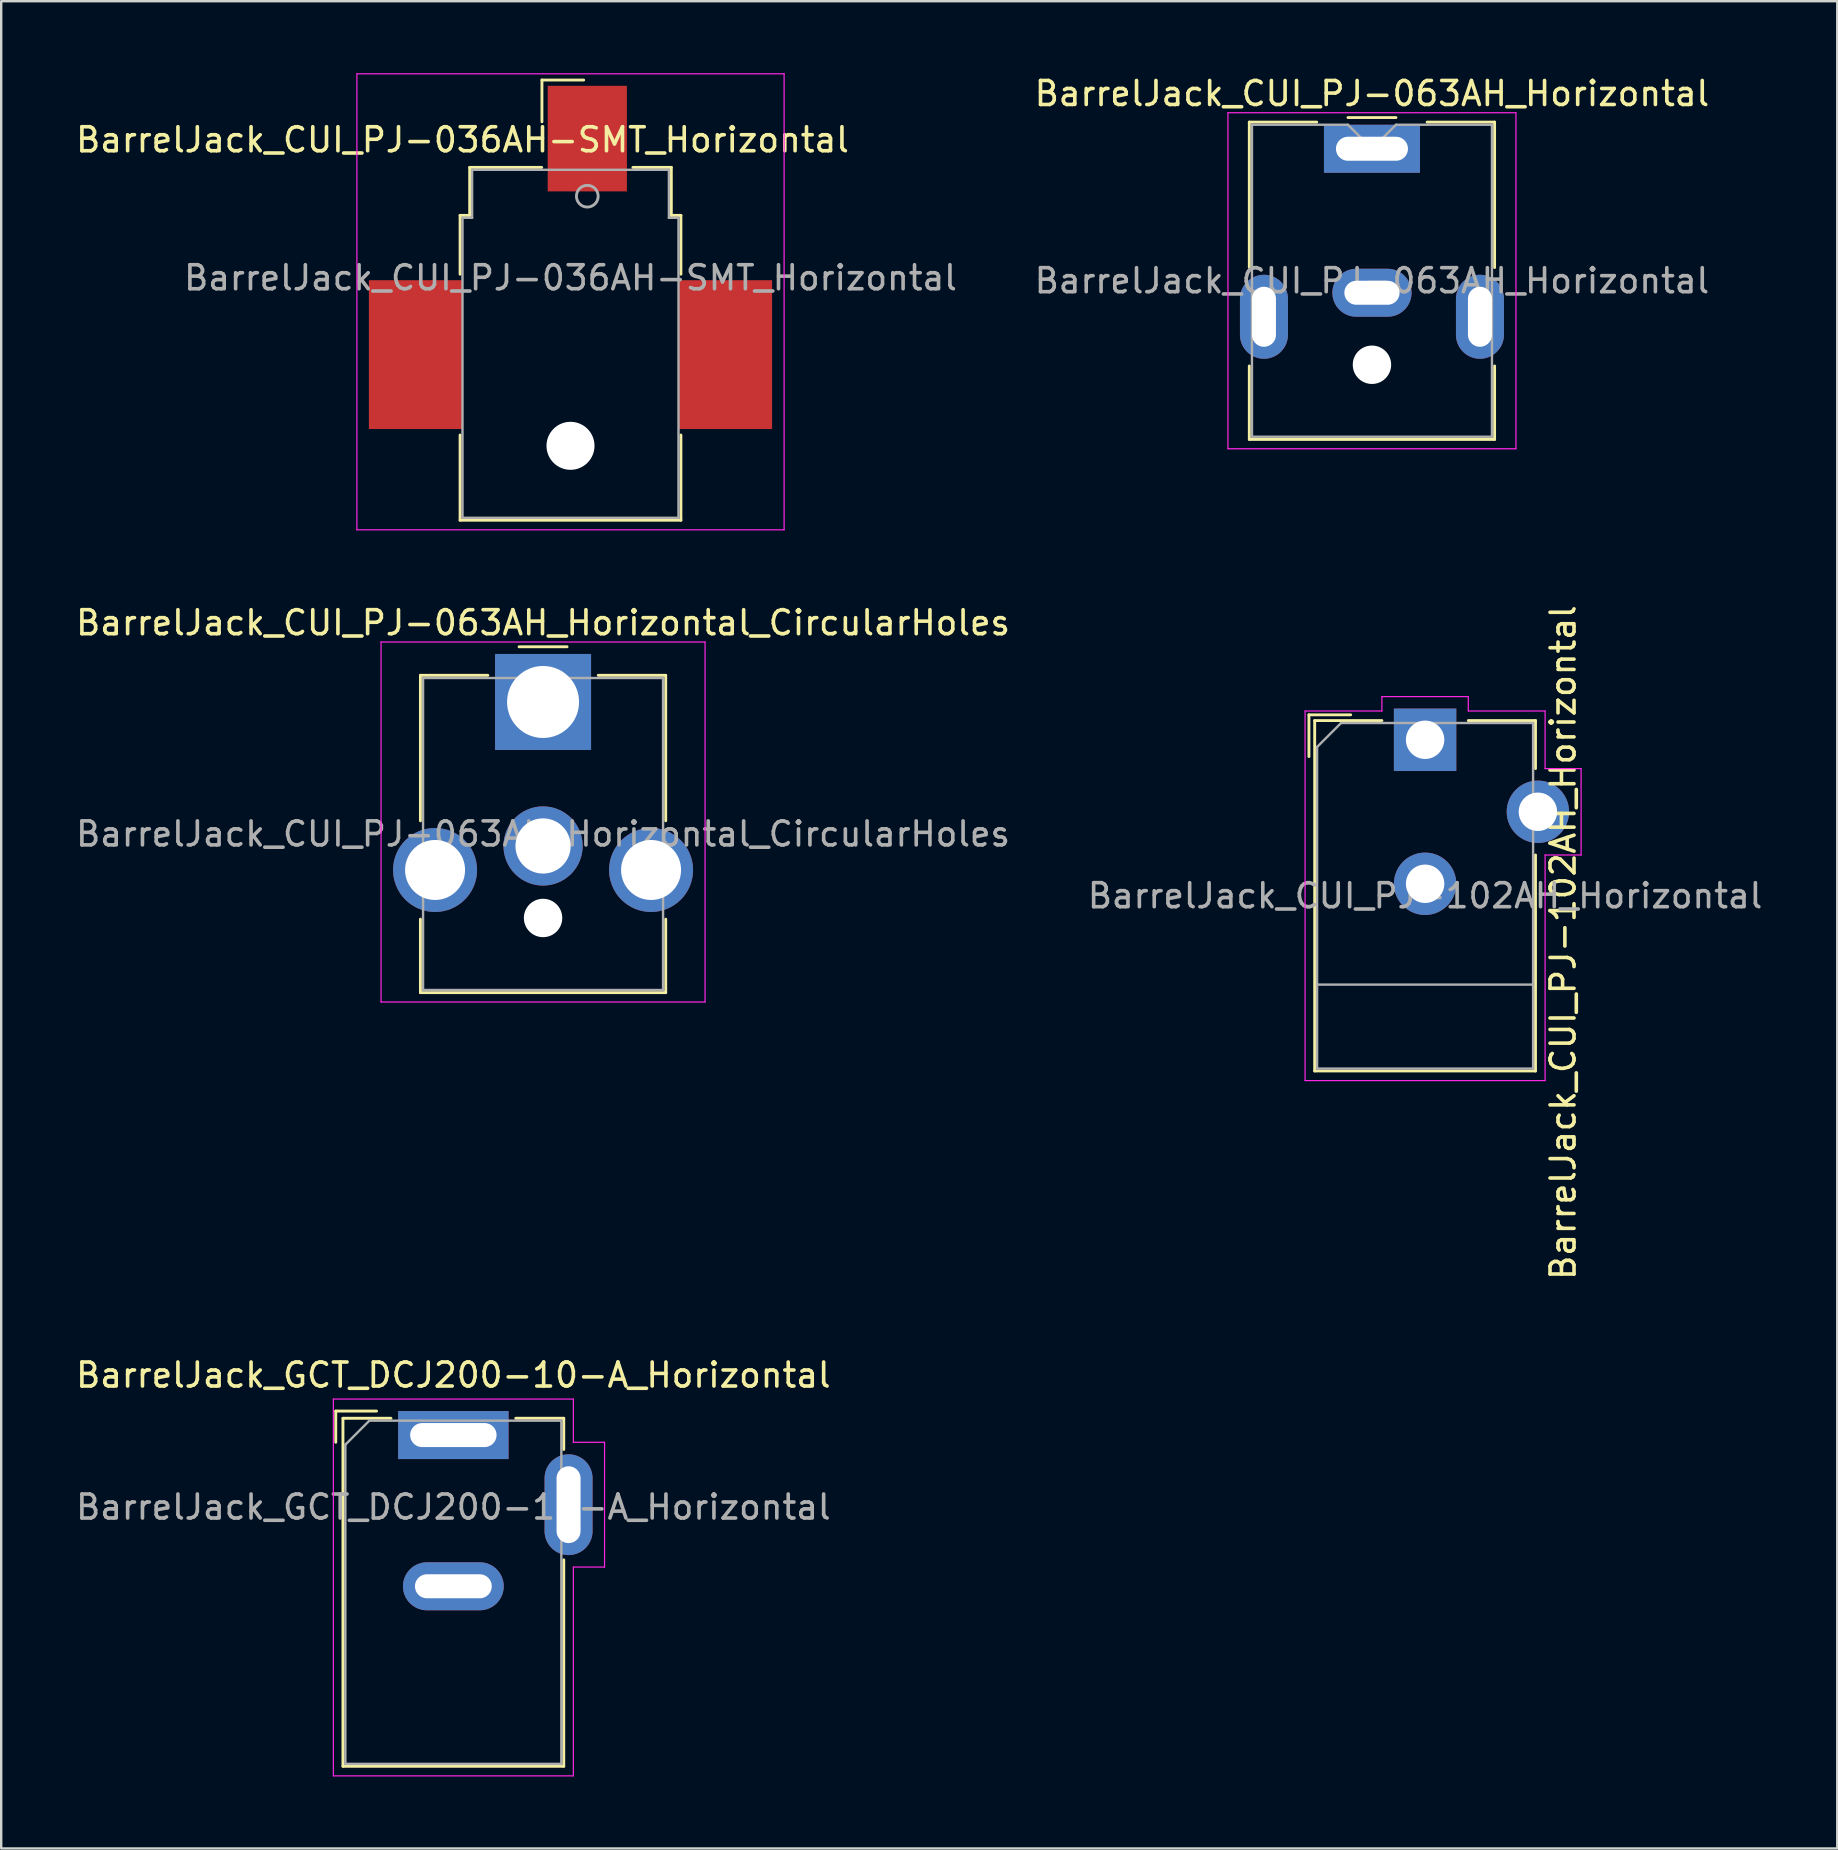
<source format=kicad_pcb>
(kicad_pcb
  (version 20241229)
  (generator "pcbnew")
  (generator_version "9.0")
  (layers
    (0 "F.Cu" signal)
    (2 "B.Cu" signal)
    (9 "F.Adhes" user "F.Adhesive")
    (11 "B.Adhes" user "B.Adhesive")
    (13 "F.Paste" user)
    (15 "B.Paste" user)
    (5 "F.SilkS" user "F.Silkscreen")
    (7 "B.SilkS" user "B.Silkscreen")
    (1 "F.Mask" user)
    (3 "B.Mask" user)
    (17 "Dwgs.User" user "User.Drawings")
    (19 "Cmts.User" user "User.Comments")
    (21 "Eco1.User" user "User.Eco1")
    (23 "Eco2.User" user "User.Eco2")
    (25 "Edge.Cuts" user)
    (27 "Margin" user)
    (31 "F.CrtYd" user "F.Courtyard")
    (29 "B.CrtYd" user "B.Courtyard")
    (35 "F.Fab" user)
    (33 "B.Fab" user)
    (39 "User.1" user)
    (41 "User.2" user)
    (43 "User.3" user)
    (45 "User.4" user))
  (footprint "BarrelJack_GCT_DCJ200-10-A_Horizontal"
    (layer "F.Cu")
    (at 15.839 56.743)
    (property "Reference" "BarrelJack_GCT_DCJ200-10-A_Horizontal" (at 0 -2.5 0) (layer "F.SilkS") (effects (font (size 1 1) (thickness 0.15))))
    (attr through_hole)
    (fp_line (start -4.9 -1) (end -4.9 0.3) (stroke (width 0.12) (type solid)) (layer "F.SilkS"))
    (fp_line (start -4.6 -0.7) (end -2.6 -0.7) (stroke (width 0.12) (type solid)) (layer "F.SilkS"))
    (fp_line (start -4.6 13.8) (end -4.6 -0.7) (stroke (width 0.12) (type solid)) (layer "F.SilkS"))
    (fp_line (start -3.2 -1) (end -4.9 -1) (stroke (width 0.12) (type solid)) (layer "F.SilkS"))
    (fp_line (start 2.6 -0.7) (end 4.6 -0.7) (stroke (width 0.12) (type solid)) (layer "F.SilkS"))
    (fp_line (start 4.6 -0.7) (end 4.6 0.6) (stroke (width 0.12) (type solid)) (layer "F.SilkS"))
    (fp_line (start 4.6 5.2) (end 4.6 13.8) (stroke (width 0.12) (type solid)) (layer "F.SilkS"))
    (fp_line (start 4.6 13.8) (end -4.6 13.8) (stroke (width 0.12) (type solid)) (layer "F.SilkS"))
    (fp_line (start -5 -1.5) (end -5 14.2) (stroke (width 0.05) (type solid)) (layer "F.CrtYd"))
    (fp_line (start -5 14.2) (end 5 14.2) (stroke (width 0.05) (type solid)) (layer "F.CrtYd"))
    (fp_line (start 5 -1.5) (end -5 -1.5) (stroke (width 0.05) (type solid)) (layer "F.CrtYd"))
    (fp_line (start 5 0.3) (end 5 -1.5) (stroke (width 0.05) (type solid)) (layer "F.CrtYd"))
    (fp_line (start 5 14.2) (end 5 5.5) (stroke (width 0.05) (type solid)) (layer "F.CrtYd"))
    (fp_line (start 6.3 0.3) (end 5 0.3) (stroke (width 0.05) (type solid)) (layer "F.CrtYd"))
    (fp_line (start 6.3 0.3) (end 6.3 5.5) (stroke (width 0.05) (type solid)) (layer "F.CrtYd"))
    (fp_line (start 6.3 5.5) (end 5 5.5) (stroke (width 0.05) (type solid)) (layer "F.CrtYd"))
    (fp_line (start -4.5 0.4) (end -3.5 -0.6) (stroke (width 0.1) (type solid)) (layer "F.Fab"))
    (fp_line (start -4.5 13.7) (end -4.5 0.4) (stroke (width 0.1) (type solid)) (layer "F.Fab"))
    (fp_line (start 4.5 -0.6) (end -3.5 -0.6) (stroke (width 0.1) (type solid)) (layer "F.Fab"))
    (fp_line (start 4.5 -0.6) (end 4.5 13.7) (stroke (width 0.1) (type solid)) (layer "F.Fab"))
    (fp_line (start 4.5 13.7) (end -4.5 13.7) (stroke (width 0.1) (type solid)) (layer "F.Fab"))
    (fp_text user "${REFERENCE}" (at 0 3 0) (layer "F.Fab") (effects (font (size 1 1) (thickness 0.15))))
    (pad "1" thru_hole rect (at 0 0) (size 4.6 2) (drill oval 3.6 1) (layers "*.Cu" "*.Mask"))
    (pad "2" thru_hole oval (at 0 6.3) (size 4.2 2) (drill oval 3.2 1) (layers "*.Cu" "*.Mask"))
    (pad "3" thru_hole oval (at 4.8 2.9) (size 2 4.2) (drill oval 1 3.2) (layers "*.Cu" "*.Mask")))
  (footprint "BarrelJack_CUI_PJ-063AH_Horizontal_CircularHoles"
    (layer "F.Cu")
    (at 19.577 26.198)
    (property "Reference" "BarrelJack_CUI_PJ-063AH_Horizontal_CircularHoles" (at 0 -3.3 0) (layer "F.SilkS") (effects (font (size 1 1) (thickness 0.15))))
    (attr through_hole)
    (fp_line (start -5.11 -1.11) (end -2.3 -1.11) (stroke (width 0.12) (type solid)) (layer "F.SilkS"))
    (fp_line (start -5.11 4.95) (end -5.11 -1.11) (stroke (width 0.12) (type solid)) (layer "F.SilkS"))
    (fp_line (start -5.11 12.11) (end -5.11 9.05) (stroke (width 0.12) (type solid)) (layer "F.SilkS"))
    (fp_line (start -1 -2.3) (end 1 -2.3) (stroke (width 0.12) (type solid)) (layer "F.SilkS"))
    (fp_line (start 2.3 -1.11) (end 5.11 -1.11) (stroke (width 0.12) (type solid)) (layer "F.SilkS"))
    (fp_line (start 5.11 -1.11) (end 5.11 4.95) (stroke (width 0.12) (type solid)) (layer "F.SilkS"))
    (fp_line (start 5.11 9.05) (end 5.11 12.11) (stroke (width 0.12) (type solid)) (layer "F.SilkS"))
    (fp_line (start 5.11 12.11) (end -5.11 12.11) (stroke (width 0.12) (type solid)) (layer "F.SilkS"))
    (fp_line (start -6.75 -2.5) (end -6.75 12.5) (stroke (width 0.05) (type solid)) (layer "F.CrtYd"))
    (fp_line (start -6.75 12.5) (end 6.75 12.5) (stroke (width 0.05) (type solid)) (layer "F.CrtYd"))
    (fp_line (start 6.75 -2.5) (end -6.75 -2.5) (stroke (width 0.05) (type solid)) (layer "F.CrtYd"))
    (fp_line (start 6.75 12.5) (end 6.75 -2.5) (stroke (width 0.05) (type solid)) (layer "F.CrtYd"))
    (fp_line (start -5 -1) (end -1 -1) (stroke (width 0.1) (type solid)) (layer "F.Fab"))
    (fp_line (start -5 12) (end -5 -1) (stroke (width 0.1) (type solid)) (layer "F.Fab"))
    (fp_line (start -1 -1) (end 0 0) (stroke (width 0.1) (type solid)) (layer "F.Fab"))
    (fp_line (start 0 0) (end 1 -1) (stroke (width 0.1) (type solid)) (layer "F.Fab"))
    (fp_line (start 1 -1) (end 5 -1) (stroke (width 0.1) (type solid)) (layer "F.Fab"))
    (fp_line (start 5 -1) (end 5 12) (stroke (width 0.1) (type solid)) (layer "F.Fab"))
    (fp_line (start 5 12) (end -5 12) (stroke (width 0.1) (type solid)) (layer "F.Fab"))
    (fp_text user "${REFERENCE}" (at 0 5.5 0) (layer "F.Fab") (effects (font (size 1 1) (thickness 0.15))))
    (pad "" np_thru_hole circle (at 0 9) (size 1.6 1.6) (drill 1.6) (layers "*.Cu" "*.Mask"))
    (pad "1" thru_hole rect (at 0 0) (size 4 4) (drill 3) (layers "*.Cu" "*.Mask"))
    (pad "2" thru_hole circle (at 0 6) (size 3.3 3.3) (drill 2.3) (layers "*.Cu" "*.Mask"))
    (pad "MP" thru_hole circle (at -4.5 7) (size 3.5 3.5) (drill 2.5) (layers "*.Cu" "*.Mask"))
    (pad "MP" thru_hole circle (at 4.5 7) (size 3.5 3.5) (drill 2.5) (layers "*.Cu" "*.Mask")))
  (footprint "BarrelJack_CUI_PJ-036AH-SMT_Horizontal"
    (layer "F.Cu")
    (at 20.72 8.525)
    (property "Reference" "BarrelJack_CUI_PJ-036AH-SMT_Horizontal" (at -4.5 -5.75 0) (layer "F.SilkS") (effects (font (size 1 1) (thickness 0.15))))
    (attr smd)
    (fp_line (start -4.6 -2.6) (end -4.2 -2.6) (stroke (width 0.12) (type solid)) (layer "F.SilkS"))
    (fp_line (start -4.6 -0.15) (end -4.6 -2.6) (stroke (width 0.12) (type solid)) (layer "F.SilkS"))
    (fp_line (start -4.6 10.1) (end -4.6 6.55) (stroke (width 0.12) (type solid)) (layer "F.SilkS"))
    (fp_line (start -4.2 -4.6) (end -1.2 -4.6) (stroke (width 0.12) (type solid)) (layer "F.SilkS"))
    (fp_line (start -4.2 -2.6) (end -4.2 -4.6) (stroke (width 0.12) (type solid)) (layer "F.SilkS"))
    (fp_line (start -1.19 -8.24) (end 0.55 -8.24) (stroke (width 0.12) (type solid)) (layer "F.SilkS"))
    (fp_line (start -1.19 -6.5) (end -1.19 -8.24) (stroke (width 0.12) (type solid)) (layer "F.SilkS"))
    (fp_line (start 2.6 -4.6) (end 4.2 -4.6) (stroke (width 0.12) (type solid)) (layer "F.SilkS"))
    (fp_line (start 4.2 -4.6) (end 4.2 -2.6) (stroke (width 0.12) (type solid)) (layer "F.SilkS"))
    (fp_line (start 4.2 -2.6) (end 4.6 -2.6) (stroke (width 0.12) (type solid)) (layer "F.SilkS"))
    (fp_line (start 4.6 -2.6) (end 4.6 -0.15) (stroke (width 0.12) (type solid)) (layer "F.SilkS"))
    (fp_line (start 4.6 6.55) (end 4.6 10.1) (stroke (width 0.12) (type solid)) (layer "F.SilkS"))
    (fp_line (start 4.6 10.1) (end -4.6 10.1) (stroke (width 0.12) (type solid)) (layer "F.SilkS"))
    (fp_line (start -8.9 -8.5) (end -8.9 10.5) (stroke (width 0.05) (type solid)) (layer "F.CrtYd"))
    (fp_line (start -8.9 10.5) (end 8.9 10.5) (stroke (width 0.05) (type solid)) (layer "F.CrtYd"))
    (fp_line (start 8.9 -8.5) (end -8.9 -8.5) (stroke (width 0.05) (type solid)) (layer "F.CrtYd"))
    (fp_line (start 8.9 10.5) (end 8.9 -8.5) (stroke (width 0.05) (type solid)) (layer "F.CrtYd"))
    (fp_line (start -4.5 -2.5) (end -4.5 10) (stroke (width 0.1) (type solid)) (layer "F.Fab"))
    (fp_line (start -4.5 10) (end 4.5 10) (stroke (width 0.1) (type solid)) (layer "F.Fab"))
    (fp_line (start -4.1 -4.5) (end -4.1 -2.5) (stroke (width 0.1) (type solid)) (layer "F.Fab"))
    (fp_line (start -4.1 -2.5) (end -4.5 -2.5) (stroke (width 0.1) (type solid)) (layer "F.Fab"))
    (fp_line (start 4.1 -4.5) (end -4.1 -4.5) (stroke (width 0.1) (type solid)) (layer "F.Fab"))
    (fp_line (start 4.1 -2.5) (end 4.1 -4.5) (stroke (width 0.1) (type solid)) (layer "F.Fab"))
    (fp_line (start 4.5 -2.5) (end 4.1 -2.5) (stroke (width 0.1) (type solid)) (layer "F.Fab"))
    (fp_line (start 4.5 10) (end 4.5 -2.5) (stroke (width 0.1) (type solid)) (layer "F.Fab"))
    (fp_circle (center 0.7 -3.4) (end 0.75 -2.95) (stroke (width 0.12) (type solid)) (fill no) (layer "F.Fab"))
    (fp_text user "${REFERENCE}" (at 0 0 0) (layer "F.Fab") (effects (font (size 1 1) (thickness 0.15))))
    (pad "" np_thru_hole circle (at 0 7) (size 2 2) (drill 2) (layers "*.Cu" "*.Mask"))
    (pad "1" smd rect (at 0.7 -5.8) (size 3.3 4.4) (layers "F.Cu" "F.Mask" "F.Paste"))
    (pad "2" smd rect (at -6.45 3.2) (size 3.9 6.2) (layers "F.Cu" "F.Mask" "F.Paste"))
    (pad "3" smd rect (at 6.45 3.2) (size 3.9 6.2) (layers "F.Cu" "F.Mask" "F.Paste")))
  (footprint "BarrelJack_CUI_PJ-102AH_Horizontal"
    (layer "F.Cu")
    (at 56.327 27.773)
    (property "Reference" "BarrelJack_CUI_PJ-102AH_Horizontal" (at 5.75 8.45 90) (layer "F.SilkS") (effects (font (size 1 1) (thickness 0.15))))
    (attr through_hole)
    (fp_line (start -4.84 -1.04) (end -3.1 -1.04) (stroke (width 0.12) (type solid)) (layer "F.SilkS"))
    (fp_line (start -4.84 0.7) (end -4.84 -1.04) (stroke (width 0.12) (type solid)) (layer "F.SilkS"))
    (fp_line (start -4.6 -0.8) (end -1.8 -0.8) (stroke (width 0.12) (type solid)) (layer "F.SilkS"))
    (fp_line (start -4.6 13.8) (end -4.6 -0.8) (stroke (width 0.12) (type solid)) (layer "F.SilkS"))
    (fp_line (start 1.8 -0.8) (end 4.6 -0.8) (stroke (width 0.12) (type solid)) (layer "F.SilkS"))
    (fp_line (start 4.6 -0.8) (end 4.6 1.2) (stroke (width 0.12) (type solid)) (layer "F.SilkS"))
    (fp_line (start 4.6 4.8) (end 4.6 13.8) (stroke (width 0.12) (type solid)) (layer "F.SilkS"))
    (fp_line (start 4.6 13.8) (end -4.6 13.8) (stroke (width 0.12) (type solid)) (layer "F.SilkS"))
    (fp_line (start -5 -1.2) (end -1.8 -1.2) (stroke (width 0.05) (type solid)) (layer "F.CrtYd"))
    (fp_line (start -5 14.2) (end -5 -1.2) (stroke (width 0.05) (type solid)) (layer "F.CrtYd"))
    (fp_line (start -1.8 -1.8) (end 1.8 -1.8) (stroke (width 0.05) (type solid)) (layer "F.CrtYd"))
    (fp_line (start -1.8 -1.2) (end -1.8 -1.8) (stroke (width 0.05) (type solid)) (layer "F.CrtYd"))
    (fp_line (start 1.8 -1.8) (end 1.8 -1.2) (stroke (width 0.05) (type solid)) (layer "F.CrtYd"))
    (fp_line (start 1.8 -1.2) (end 5 -1.2) (stroke (width 0.05) (type solid)) (layer "F.CrtYd"))
    (fp_line (start 5 -1.2) (end 5 1.2) (stroke (width 0.05) (type solid)) (layer "F.CrtYd"))
    (fp_line (start 5 1.2) (end 6.5 1.2) (stroke (width 0.05) (type solid)) (layer "F.CrtYd"))
    (fp_line (start 5 4.8) (end 5 14.2) (stroke (width 0.05) (type solid)) (layer "F.CrtYd"))
    (fp_line (start 5 14.2) (end -5 14.2) (stroke (width 0.05) (type solid)) (layer "F.CrtYd"))
    (fp_line (start 6.5 1.2) (end 6.5 4.8) (stroke (width 0.05) (type solid)) (layer "F.CrtYd"))
    (fp_line (start 6.5 4.8) (end 5 4.8) (stroke (width 0.05) (type solid)) (layer "F.CrtYd"))
    (fp_line (start -4.5 0.3) (end -3.5 -0.7) (stroke (width 0.1) (type solid)) (layer "F.Fab"))
    (fp_line (start -4.5 10.2) (end 4.5 10.2) (stroke (width 0.1) (type solid)) (layer "F.Fab"))
    (fp_line (start -4.5 13.7) (end -4.5 0.3) (stroke (width 0.1) (type solid)) (layer "F.Fab"))
    (fp_line (start -3.5 -0.7) (end 4.5 -0.7) (stroke (width 0.1) (type solid)) (layer "F.Fab"))
    (fp_line (start 4.5 -0.7) (end 4.5 13.7) (stroke (width 0.1) (type solid)) (layer "F.Fab"))
    (fp_line (start 4.5 13.7) (end -4.5 13.7) (stroke (width 0.1) (type solid)) (layer "F.Fab"))
    (fp_text user "${REFERENCE}" (at 0 6.5 0) (layer "F.Fab") (effects (font (size 1 1) (thickness 0.15))))
    (pad "1" thru_hole rect (at 0 0) (size 2.6 2.6) (drill 1.6) (layers "*.Cu" "*.Mask"))
    (pad "2" thru_hole circle (at 0 6) (size 2.6 2.6) (drill 1.6) (layers "*.Cu" "*.Mask"))
    (pad "3" thru_hole circle (at 4.7 3) (size 2.6 2.6) (drill 1.6) (layers "*.Cu" "*.Mask")))
  (footprint "BarrelJack_CUI_PJ-063AH_Horizontal"
    (layer "F.Cu")
    (at 54.113 3.148)
    (property "Reference" "BarrelJack_CUI_PJ-063AH_Horizontal" (at 0 -2.3 0) (layer "F.SilkS") (effects (font (size 1 1) (thickness 0.15))))
    (attr through_hole)
    (fp_line (start -5.11 -1.11) (end -2.3 -1.11) (stroke (width 0.12) (type solid)) (layer "F.SilkS"))
    (fp_line (start -5.11 4.95) (end -5.11 -1.11) (stroke (width 0.12) (type solid)) (layer "F.SilkS"))
    (fp_line (start -5.11 12.11) (end -5.11 9.05) (stroke (width 0.12) (type solid)) (layer "F.SilkS"))
    (fp_line (start -1 -1.3) (end 1 -1.3) (stroke (width 0.12) (type solid)) (layer "F.SilkS"))
    (fp_line (start 2.3 -1.11) (end 5.11 -1.11) (stroke (width 0.12) (type solid)) (layer "F.SilkS"))
    (fp_line (start 5.11 -1.11) (end 5.11 4.95) (stroke (width 0.12) (type solid)) (layer "F.SilkS"))
    (fp_line (start 5.11 9.05) (end 5.11 12.11) (stroke (width 0.12) (type solid)) (layer "F.SilkS"))
    (fp_line (start 5.11 12.11) (end -5.11 12.11) (stroke (width 0.12) (type solid)) (layer "F.SilkS"))
    (fp_line (start -6 -1.5) (end -6 12.5) (stroke (width 0.05) (type solid)) (layer "F.CrtYd"))
    (fp_line (start -6 12.5) (end 6 12.5) (stroke (width 0.05) (type solid)) (layer "F.CrtYd"))
    (fp_line (start 6 -1.5) (end -6 -1.5) (stroke (width 0.05) (type solid)) (layer "F.CrtYd"))
    (fp_line (start 6 12.5) (end 6 -1.5) (stroke (width 0.05) (type solid)) (layer "F.CrtYd"))
    (fp_line (start -5 -1) (end -1 -1) (stroke (width 0.1) (type solid)) (layer "F.Fab"))
    (fp_line (start -5 12) (end -5 -1) (stroke (width 0.1) (type solid)) (layer "F.Fab"))
    (fp_line (start -1 -1) (end 0 0) (stroke (width 0.1) (type solid)) (layer "F.Fab"))
    (fp_line (start 0 0) (end 1 -1) (stroke (width 0.1) (type solid)) (layer "F.Fab"))
    (fp_line (start 1 -1) (end 5 -1) (stroke (width 0.1) (type solid)) (layer "F.Fab"))
    (fp_line (start 5 -1) (end 5 12) (stroke (width 0.1) (type solid)) (layer "F.Fab"))
    (fp_line (start 5 12) (end -5 12) (stroke (width 0.1) (type solid)) (layer "F.Fab"))
    (fp_text user "${REFERENCE}" (at 0 5.5 0) (layer "F.Fab") (effects (font (size 1 1) (thickness 0.15))))
    (pad "" np_thru_hole circle (at 0 9) (size 1.6 1.6) (drill 1.6) (layers "*.Cu" "*.Mask"))
    (pad "1" thru_hole rect (at 0 0) (size 4 2) (drill oval 3 1) (layers "*.Cu" "*.Mask"))
    (pad "2" thru_hole oval (at 0 6) (size 3.3 2) (drill oval 2.3 1) (layers "*.Cu" "*.Mask"))
    (pad "MP" thru_hole oval (at -4.5 7) (size 2 3.5) (drill oval 1 2.5) (layers "*.Cu" "*.Mask"))
    (pad "MP" thru_hole oval (at 4.5 7) (size 2 3.5) (drill oval 1 2.5) (layers "*.Cu" "*.Mask")))
  (gr_rect
    (start -3 -3)
    (end 73.5 73.968)
    (stroke (width 0.1) (type default))
    (fill no)
    (layer "Edge.Cuts")))
</source>
